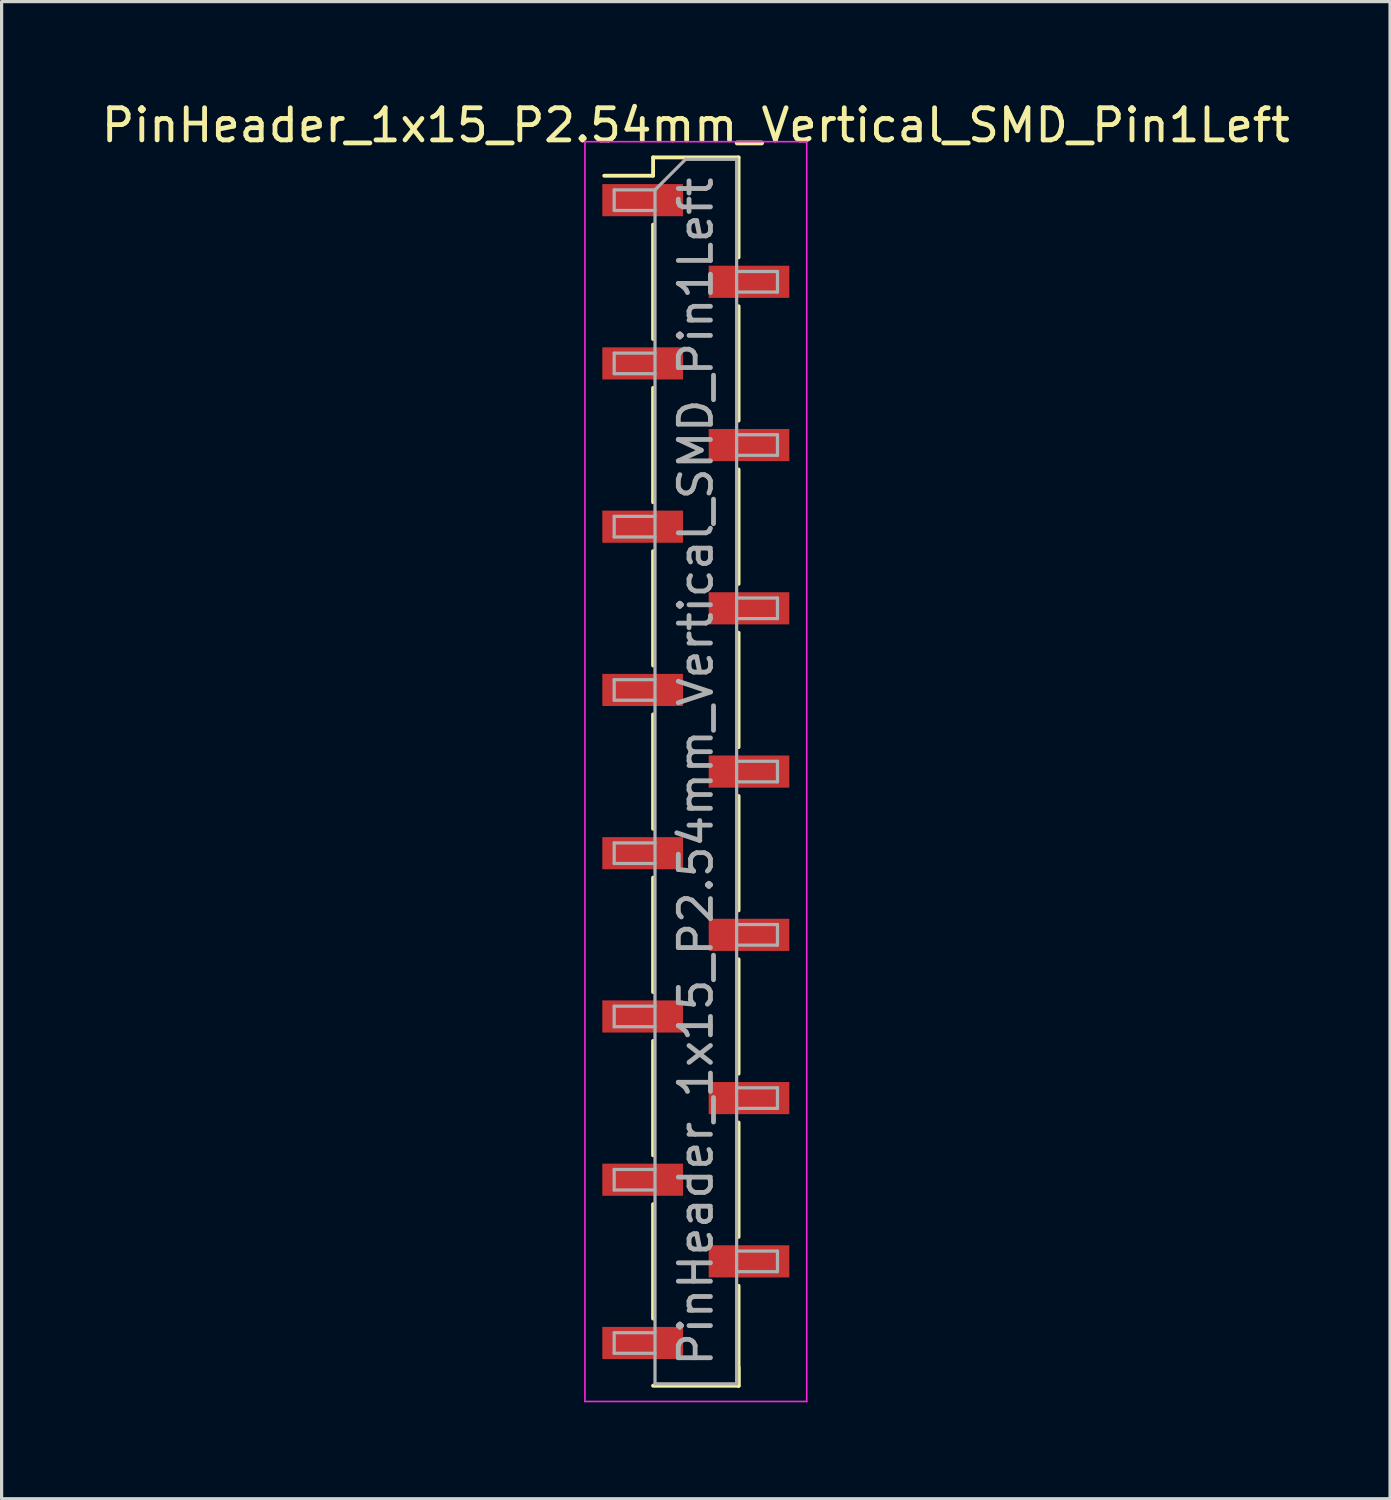
<source format=kicad_pcb>
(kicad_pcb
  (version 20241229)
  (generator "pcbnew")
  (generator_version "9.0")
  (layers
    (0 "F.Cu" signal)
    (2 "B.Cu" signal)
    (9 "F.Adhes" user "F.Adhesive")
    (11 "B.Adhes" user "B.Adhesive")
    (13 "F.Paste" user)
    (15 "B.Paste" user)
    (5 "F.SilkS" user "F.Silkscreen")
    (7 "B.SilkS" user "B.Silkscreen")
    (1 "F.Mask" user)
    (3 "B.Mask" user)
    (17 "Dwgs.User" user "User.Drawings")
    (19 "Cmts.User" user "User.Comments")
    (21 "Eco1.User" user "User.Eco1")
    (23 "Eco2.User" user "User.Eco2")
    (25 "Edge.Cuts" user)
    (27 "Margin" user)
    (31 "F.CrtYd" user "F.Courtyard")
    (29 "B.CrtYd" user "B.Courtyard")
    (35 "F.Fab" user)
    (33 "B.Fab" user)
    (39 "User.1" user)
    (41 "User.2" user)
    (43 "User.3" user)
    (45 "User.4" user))
  (footprint "PinHeader_1x15_P2.54mm_Vertical_SMD_Pin1Left"
    (layer "F.Cu")
    (at 18.601 20.958)
    (property "Reference" "PinHeader_1x15_P2.54mm_Vertical_SMD_Pin1Left" (at 0 -20.11 0) (layer "F.SilkS") (effects (font (size 1 1) (thickness 0.15))))
    (attr smd)
    (fp_line (start -1.33 -19.11) (end -1.33 -18.54) (stroke (width 0.12) (type solid)) (layer "F.SilkS"))
    (fp_line (start -1.33 -19.11) (end 1.33 -19.11) (stroke (width 0.12) (type solid)) (layer "F.SilkS"))
    (fp_line (start -1.33 -18.54) (end -2.85 -18.54) (stroke (width 0.12) (type solid)) (layer "F.SilkS"))
    (fp_line (start -1.33 -17.02) (end -1.33 -13.46) (stroke (width 0.12) (type solid)) (layer "F.SilkS"))
    (fp_line (start -1.33 -11.94) (end -1.33 -8.38) (stroke (width 0.12) (type solid)) (layer "F.SilkS"))
    (fp_line (start -1.33 -6.86) (end -1.33 -3.3) (stroke (width 0.12) (type solid)) (layer "F.SilkS"))
    (fp_line (start -1.33 -1.78) (end -1.33 1.78) (stroke (width 0.12) (type solid)) (layer "F.SilkS"))
    (fp_line (start -1.33 3.3) (end -1.33 6.86) (stroke (width 0.12) (type solid)) (layer "F.SilkS"))
    (fp_line (start -1.33 8.38) (end -1.33 11.94) (stroke (width 0.12) (type solid)) (layer "F.SilkS"))
    (fp_line (start -1.33 13.46) (end -1.33 17.02) (stroke (width 0.12) (type solid)) (layer "F.SilkS"))
    (fp_line (start -1.33 19.11) (end 1.33 19.11) (stroke (width 0.12) (type solid)) (layer "F.SilkS"))
    (fp_line (start 1.33 -19.11) (end 1.33 -16) (stroke (width 0.12) (type solid)) (layer "F.SilkS"))
    (fp_line (start 1.33 -14.48) (end 1.33 -10.92) (stroke (width 0.12) (type solid)) (layer "F.SilkS"))
    (fp_line (start 1.33 -9.4) (end 1.33 -5.84) (stroke (width 0.12) (type solid)) (layer "F.SilkS"))
    (fp_line (start 1.33 -4.32) (end 1.33 -0.76) (stroke (width 0.12) (type solid)) (layer "F.SilkS"))
    (fp_line (start 1.33 0.76) (end 1.33 4.32) (stroke (width 0.12) (type solid)) (layer "F.SilkS"))
    (fp_line (start 1.33 5.84) (end 1.33 9.4) (stroke (width 0.12) (type solid)) (layer "F.SilkS"))
    (fp_line (start 1.33 10.92) (end 1.33 14.48) (stroke (width 0.12) (type solid)) (layer "F.SilkS"))
    (fp_line (start 1.33 16) (end 1.33 19.11) (stroke (width 0.12) (type solid)) (layer "F.SilkS"))
    (fp_line (start 1.33 18.54) (end 1.33 19.11) (stroke (width 0.12) (type solid)) (layer "F.SilkS"))
    (fp_line (start -3.45 -19.6) (end -3.45 19.6) (stroke (width 0.05) (type solid)) (layer "F.CrtYd"))
    (fp_line (start -3.45 19.6) (end 3.45 19.6) (stroke (width 0.05) (type solid)) (layer "F.CrtYd"))
    (fp_line (start 3.45 -19.6) (end -3.45 -19.6) (stroke (width 0.05) (type solid)) (layer "F.CrtYd"))
    (fp_line (start 3.45 19.6) (end 3.45 -19.6) (stroke (width 0.05) (type solid)) (layer "F.CrtYd"))
    (fp_line (start -2.54 -18.1) (end -2.54 -17.46) (stroke (width 0.1) (type solid)) (layer "F.Fab"))
    (fp_line (start -2.54 -17.46) (end -1.27 -17.46) (stroke (width 0.1) (type solid)) (layer "F.Fab"))
    (fp_line (start -2.54 -13.02) (end -2.54 -12.38) (stroke (width 0.1) (type solid)) (layer "F.Fab"))
    (fp_line (start -2.54 -12.38) (end -1.27 -12.38) (stroke (width 0.1) (type solid)) (layer "F.Fab"))
    (fp_line (start -2.54 -7.94) (end -2.54 -7.3) (stroke (width 0.1) (type solid)) (layer "F.Fab"))
    (fp_line (start -2.54 -7.3) (end -1.27 -7.3) (stroke (width 0.1) (type solid)) (layer "F.Fab"))
    (fp_line (start -2.54 -2.86) (end -2.54 -2.22) (stroke (width 0.1) (type solid)) (layer "F.Fab"))
    (fp_line (start -2.54 -2.22) (end -1.27 -2.22) (stroke (width 0.1) (type solid)) (layer "F.Fab"))
    (fp_line (start -2.54 2.22) (end -2.54 2.86) (stroke (width 0.1) (type solid)) (layer "F.Fab"))
    (fp_line (start -2.54 2.86) (end -1.27 2.86) (stroke (width 0.1) (type solid)) (layer "F.Fab"))
    (fp_line (start -2.54 7.3) (end -2.54 7.94) (stroke (width 0.1) (type solid)) (layer "F.Fab"))
    (fp_line (start -2.54 7.94) (end -1.27 7.94) (stroke (width 0.1) (type solid)) (layer "F.Fab"))
    (fp_line (start -2.54 12.38) (end -2.54 13.02) (stroke (width 0.1) (type solid)) (layer "F.Fab"))
    (fp_line (start -2.54 13.02) (end -1.27 13.02) (stroke (width 0.1) (type solid)) (layer "F.Fab"))
    (fp_line (start -2.54 17.46) (end -2.54 18.1) (stroke (width 0.1) (type solid)) (layer "F.Fab"))
    (fp_line (start -2.54 18.1) (end -1.27 18.1) (stroke (width 0.1) (type solid)) (layer "F.Fab"))
    (fp_line (start -1.27 -18.1) (end -2.54 -18.1) (stroke (width 0.1) (type solid)) (layer "F.Fab"))
    (fp_line (start -1.27 -18.1) (end -0.32 -19.05) (stroke (width 0.1) (type solid)) (layer "F.Fab"))
    (fp_line (start -1.27 -13.02) (end -2.54 -13.02) (stroke (width 0.1) (type solid)) (layer "F.Fab"))
    (fp_line (start -1.27 -7.94) (end -2.54 -7.94) (stroke (width 0.1) (type solid)) (layer "F.Fab"))
    (fp_line (start -1.27 -2.86) (end -2.54 -2.86) (stroke (width 0.1) (type solid)) (layer "F.Fab"))
    (fp_line (start -1.27 2.22) (end -2.54 2.22) (stroke (width 0.1) (type solid)) (layer "F.Fab"))
    (fp_line (start -1.27 7.3) (end -2.54 7.3) (stroke (width 0.1) (type solid)) (layer "F.Fab"))
    (fp_line (start -1.27 12.38) (end -2.54 12.38) (stroke (width 0.1) (type solid)) (layer "F.Fab"))
    (fp_line (start -1.27 17.46) (end -2.54 17.46) (stroke (width 0.1) (type solid)) (layer "F.Fab"))
    (fp_line (start -1.27 19.05) (end -1.27 -18.1) (stroke (width 0.1) (type solid)) (layer "F.Fab"))
    (fp_line (start -0.32 -19.05) (end 1.27 -19.05) (stroke (width 0.1) (type solid)) (layer "F.Fab"))
    (fp_line (start 1.27 -19.05) (end 1.27 19.05) (stroke (width 0.1) (type solid)) (layer "F.Fab"))
    (fp_line (start 1.27 -15.56) (end 2.54 -15.56) (stroke (width 0.1) (type solid)) (layer "F.Fab"))
    (fp_line (start 1.27 -10.48) (end 2.54 -10.48) (stroke (width 0.1) (type solid)) (layer "F.Fab"))
    (fp_line (start 1.27 -5.4) (end 2.54 -5.4) (stroke (width 0.1) (type solid)) (layer "F.Fab"))
    (fp_line (start 1.27 -0.32) (end 2.54 -0.32) (stroke (width 0.1) (type solid)) (layer "F.Fab"))
    (fp_line (start 1.27 4.76) (end 2.54 4.76) (stroke (width 0.1) (type solid)) (layer "F.Fab"))
    (fp_line (start 1.27 9.84) (end 2.54 9.84) (stroke (width 0.1) (type solid)) (layer "F.Fab"))
    (fp_line (start 1.27 14.92) (end 2.54 14.92) (stroke (width 0.1) (type solid)) (layer "F.Fab"))
    (fp_line (start 1.27 19.05) (end -1.27 19.05) (stroke (width 0.1) (type solid)) (layer "F.Fab"))
    (fp_line (start 2.54 -15.56) (end 2.54 -14.92) (stroke (width 0.1) (type solid)) (layer "F.Fab"))
    (fp_line (start 2.54 -14.92) (end 1.27 -14.92) (stroke (width 0.1) (type solid)) (layer "F.Fab"))
    (fp_line (start 2.54 -10.48) (end 2.54 -9.84) (stroke (width 0.1) (type solid)) (layer "F.Fab"))
    (fp_line (start 2.54 -9.84) (end 1.27 -9.84) (stroke (width 0.1) (type solid)) (layer "F.Fab"))
    (fp_line (start 2.54 -5.4) (end 2.54 -4.76) (stroke (width 0.1) (type solid)) (layer "F.Fab"))
    (fp_line (start 2.54 -4.76) (end 1.27 -4.76) (stroke (width 0.1) (type solid)) (layer "F.Fab"))
    (fp_line (start 2.54 -0.32) (end 2.54 0.32) (stroke (width 0.1) (type solid)) (layer "F.Fab"))
    (fp_line (start 2.54 0.32) (end 1.27 0.32) (stroke (width 0.1) (type solid)) (layer "F.Fab"))
    (fp_line (start 2.54 4.76) (end 2.54 5.4) (stroke (width 0.1) (type solid)) (layer "F.Fab"))
    (fp_line (start 2.54 5.4) (end 1.27 5.4) (stroke (width 0.1) (type solid)) (layer "F.Fab"))
    (fp_line (start 2.54 9.84) (end 2.54 10.48) (stroke (width 0.1) (type solid)) (layer "F.Fab"))
    (fp_line (start 2.54 10.48) (end 1.27 10.48) (stroke (width 0.1) (type solid)) (layer "F.Fab"))
    (fp_line (start 2.54 14.92) (end 2.54 15.56) (stroke (width 0.1) (type solid)) (layer "F.Fab"))
    (fp_line (start 2.54 15.56) (end 1.27 15.56) (stroke (width 0.1) (type solid)) (layer "F.Fab"))
    (fp_text user "${REFERENCE}" (at 0 0 90) (layer "F.Fab") (effects (font (size 1 1) (thickness 0.15))))
    (pad "1" smd rect (at -1.655 -17.78) (size 2.51 1) (layers "F.Cu" "F.Mask" "F.Paste"))
    (pad "2" smd rect (at 1.655 -15.24) (size 2.51 1) (layers "F.Cu" "F.Mask" "F.Paste"))
    (pad "3" smd rect (at -1.655 -12.7) (size 2.51 1) (layers "F.Cu" "F.Mask" "F.Paste"))
    (pad "4" smd rect (at 1.655 -10.16) (size 2.51 1) (layers "F.Cu" "F.Mask" "F.Paste"))
    (pad "5" smd rect (at -1.655 -7.62) (size 2.51 1) (layers "F.Cu" "F.Mask" "F.Paste"))
    (pad "6" smd rect (at 1.655 -5.08) (size 2.51 1) (layers "F.Cu" "F.Mask" "F.Paste"))
    (pad "7" smd rect (at -1.655 -2.54) (size 2.51 1) (layers "F.Cu" "F.Mask" "F.Paste"))
    (pad "8" smd rect (at 1.655 0) (size 2.51 1) (layers "F.Cu" "F.Mask" "F.Paste"))
    (pad "9" smd rect (at -1.655 2.54) (size 2.51 1) (layers "F.Cu" "F.Mask" "F.Paste"))
    (pad "10" smd rect (at 1.655 5.08) (size 2.51 1) (layers "F.Cu" "F.Mask" "F.Paste"))
    (pad "11" smd rect (at -1.655 7.62) (size 2.51 1) (layers "F.Cu" "F.Mask" "F.Paste"))
    (pad "12" smd rect (at 1.655 10.16) (size 2.51 1) (layers "F.Cu" "F.Mask" "F.Paste"))
    (pad "13" smd rect (at -1.655 12.7) (size 2.51 1) (layers "F.Cu" "F.Mask" "F.Paste"))
    (pad "14" smd rect (at 1.655 15.24) (size 2.51 1) (layers "F.Cu" "F.Mask" "F.Paste"))
    (pad "15" smd rect (at -1.655 17.78) (size 2.51 1) (layers "F.Cu" "F.Mask" "F.Paste")))
  (gr_rect
    (start -3 -3)
    (end 40.202 43.583)
    (stroke (width 0.1) (type default))
    (fill no)
    (layer "Edge.Cuts")))
</source>
